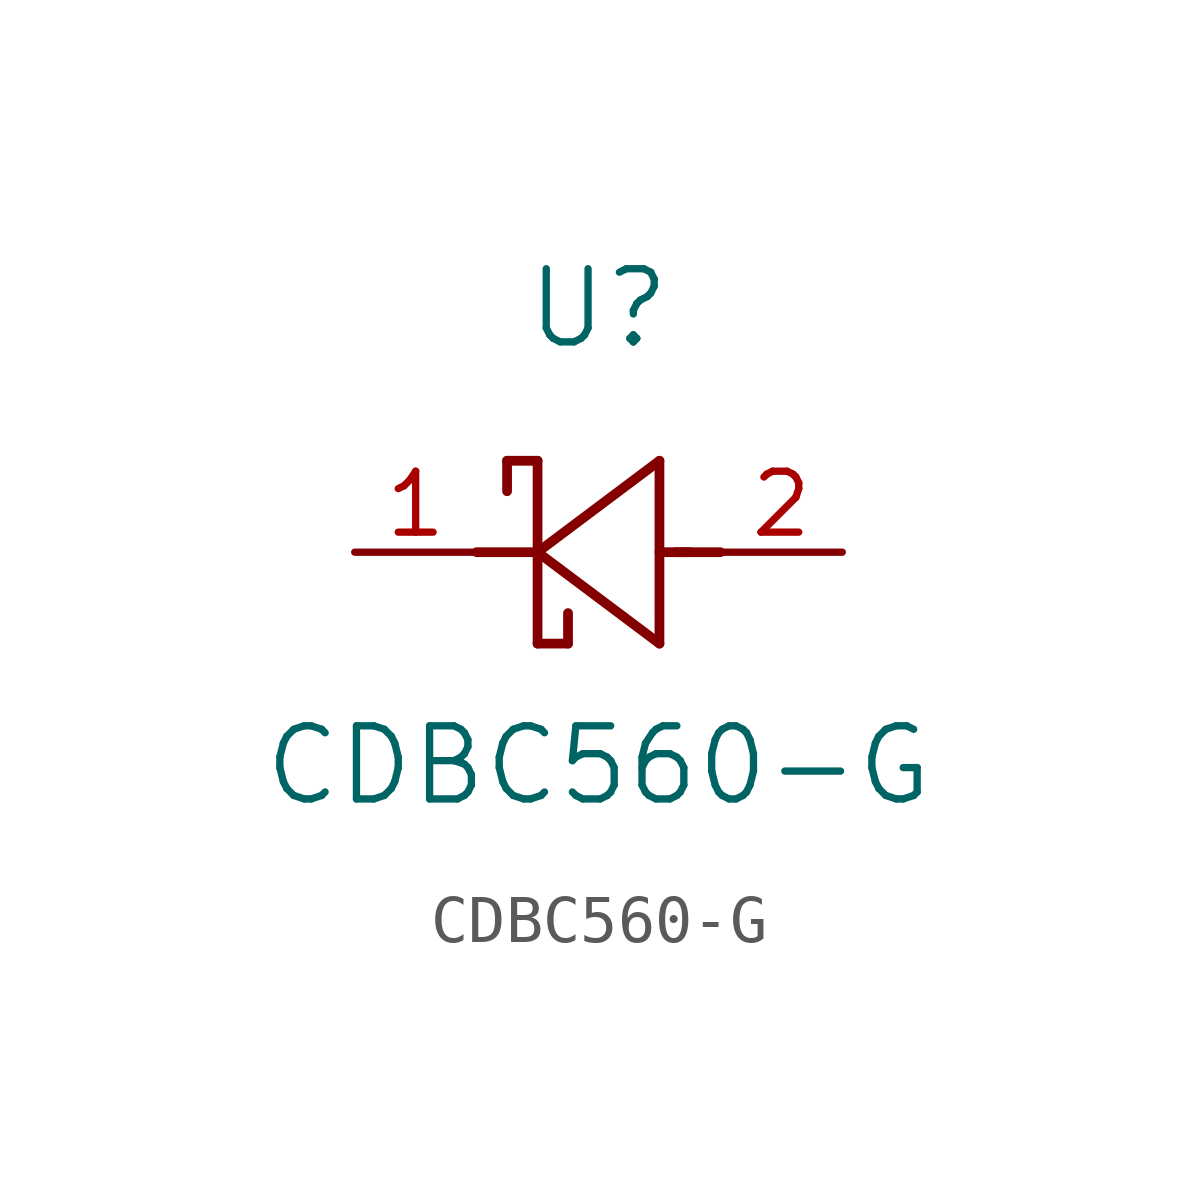
<source format=kicad_sym>
(kicad_symbol_lib
  (version 20211014)
  (generator kicad_symbol_editor)
  (symbol "CDBC560-G"
    (pin_names
      (offset 0.254))
    (property "Reference" "U"
      (at 5.08 5.08 0)
      (effects (font (size 1.524 1.524))))
    (property "Value" "CDBC560-G"
      (at 5.08 -4.445 0)
      (effects (font (size 1.524 1.524))))
    (symbol "CDBC560-G_0_1"
      (polyline (pts (xy 7.62 0) (xy 6.68 0)) (stroke (width 0.203) (type default) (color 0 0 0 0)) (fill (type none)))
      (polyline (pts (xy 6.35 -1.905) (xy 6.35 1.905)) (stroke (width 0.203) (type default) (color 0 0 0 0)) (fill (type none)))
      (polyline (pts (xy 6.985 0) (xy 6.35 0)) (stroke (width 0.203) (type default) (color 0 0 0 0)) (fill (type none)))
      (polyline (pts (xy 3.81 1.905) (xy 3.81 -1.905)) (stroke (width 0.203) (type default) (color 0 0 0 0)) (fill (type none)))
      (polyline (pts (xy 3.81 0) (xy 2.54 0)) (stroke (width 0.203) (type default) (color 0 0 0 0)) (fill (type none)))
      (polyline (pts (xy 3.81 0) (xy 6.35 -1.905)) (stroke (width 0.203) (type default) (color 0 0 0 0)) (fill (type none)))
      (polyline (pts (xy 6.35 1.905) (xy 3.81 0)) (stroke (width 0.203) (type default) (color 0 0 0 0)) (fill (type none)))
      (polyline (pts (xy 4.445 -1.905) (xy 3.81 -1.905)) (stroke (width 0.203) (type default) (color 0 0 0 0)) (fill (type none)))
      (polyline (pts (xy 3.175 1.905) (xy 3.175 1.27)) (stroke (width 0.203) (type default) (color 0 0 0 0)) (fill (type none)))
      (polyline (pts (xy 3.175 1.905) (xy 3.81 1.905)) (stroke (width 0.203) (type default) (color 0 0 0 0)) (fill (type none)))
      (polyline (pts (xy 4.445 -1.905) (xy 4.445 -1.27)) (stroke (width 0.203) (type default) (color 0 0 0 0)) (fill (type none)))
      (pin unspecified line (at 0 0 0) (length 2.54) (name "" (effects (font (size 1.27 1.27)))) (number "1" (effects (font (size 1.27 1.27)))))
      (pin unspecified line (at 10.16 0 180) (length 2.54) (name "" (effects (font (size 1.27 1.27)))) (number "2" (effects (font (size 1.27 1.27))))))))
</source>
